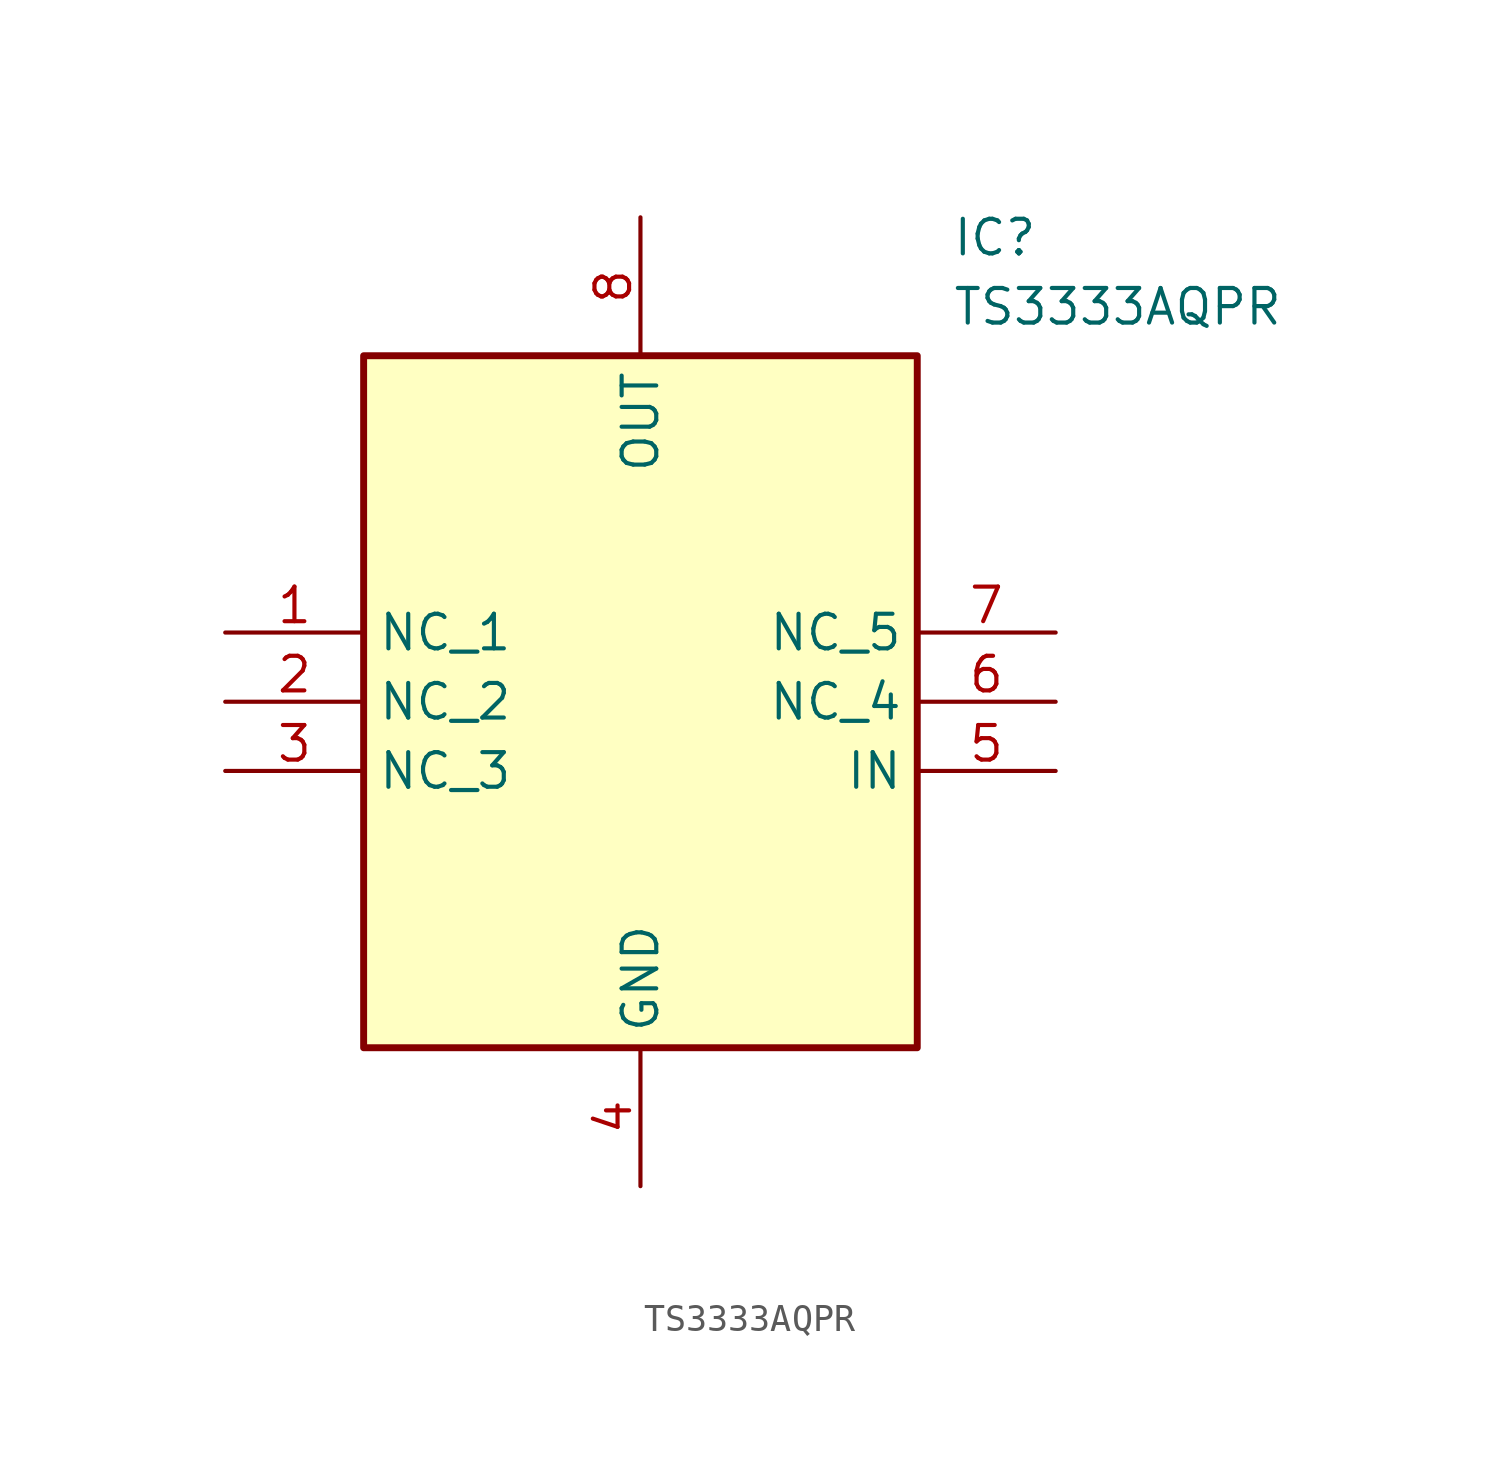
<source format=kicad_sym>
(kicad_symbol_lib
  (version 20211014)
  (generator SamacSys_ECAD_Model)
  (symbol "TS3333AQPR"
    (property "Reference" "IC"
      (at 26.67 15.24 0)
      (effects (font (size 1.27 1.27)) (justify left top)))
    (property "Value" "TS3333AQPR"
      (at 26.67 12.7 0)
      (effects (font (size 1.27 1.27)) (justify left top)))
    (rectangle
      (start 5.08 10.16)
      (end 25.4 -15.24)
      (stroke (width 0.254) (type default))
      (fill (type background)))
    (pin passive line
      (at 0 0 0)
      (length 5.08)
      (name "NC_1" (effects (font (size 1.27 1.27))))
      (number "1" (effects (font (size 1.27 1.27)))))
    (pin passive line
      (at 0 -2.54 0)
      (length 5.08)
      (name "NC_2" (effects (font (size 1.27 1.27))))
      (number "2" (effects (font (size 1.27 1.27)))))
    (pin passive line
      (at 0 -5.08 0)
      (length 5.08)
      (name "NC_3" (effects (font (size 1.27 1.27))))
      (number "3" (effects (font (size 1.27 1.27)))))
    (pin passive line
      (at 15.24 -20.32 90)
      (length 5.08)
      (name "GND" (effects (font (size 1.27 1.27))))
      (number "4" (effects (font (size 1.27 1.27)))))
    (pin passive line
      (at 30.48 -5.08 180)
      (length 5.08)
      (name "IN" (effects (font (size 1.27 1.27))))
      (number "5" (effects (font (size 1.27 1.27)))))
    (pin passive line
      (at 30.48 -2.54 180)
      (length 5.08)
      (name "NC_4" (effects (font (size 1.27 1.27))))
      (number "6" (effects (font (size 1.27 1.27)))))
    (pin passive line
      (at 30.48 0 180)
      (length 5.08)
      (name "NC_5" (effects (font (size 1.27 1.27))))
      (number "7" (effects (font (size 1.27 1.27)))))
    (pin passive line
      (at 15.24 15.24 270)
      (length 5.08)
      (name "OUT" (effects (font (size 1.27 1.27))))
      (number "8" (effects (font (size 1.27 1.27)))))))
</source>
